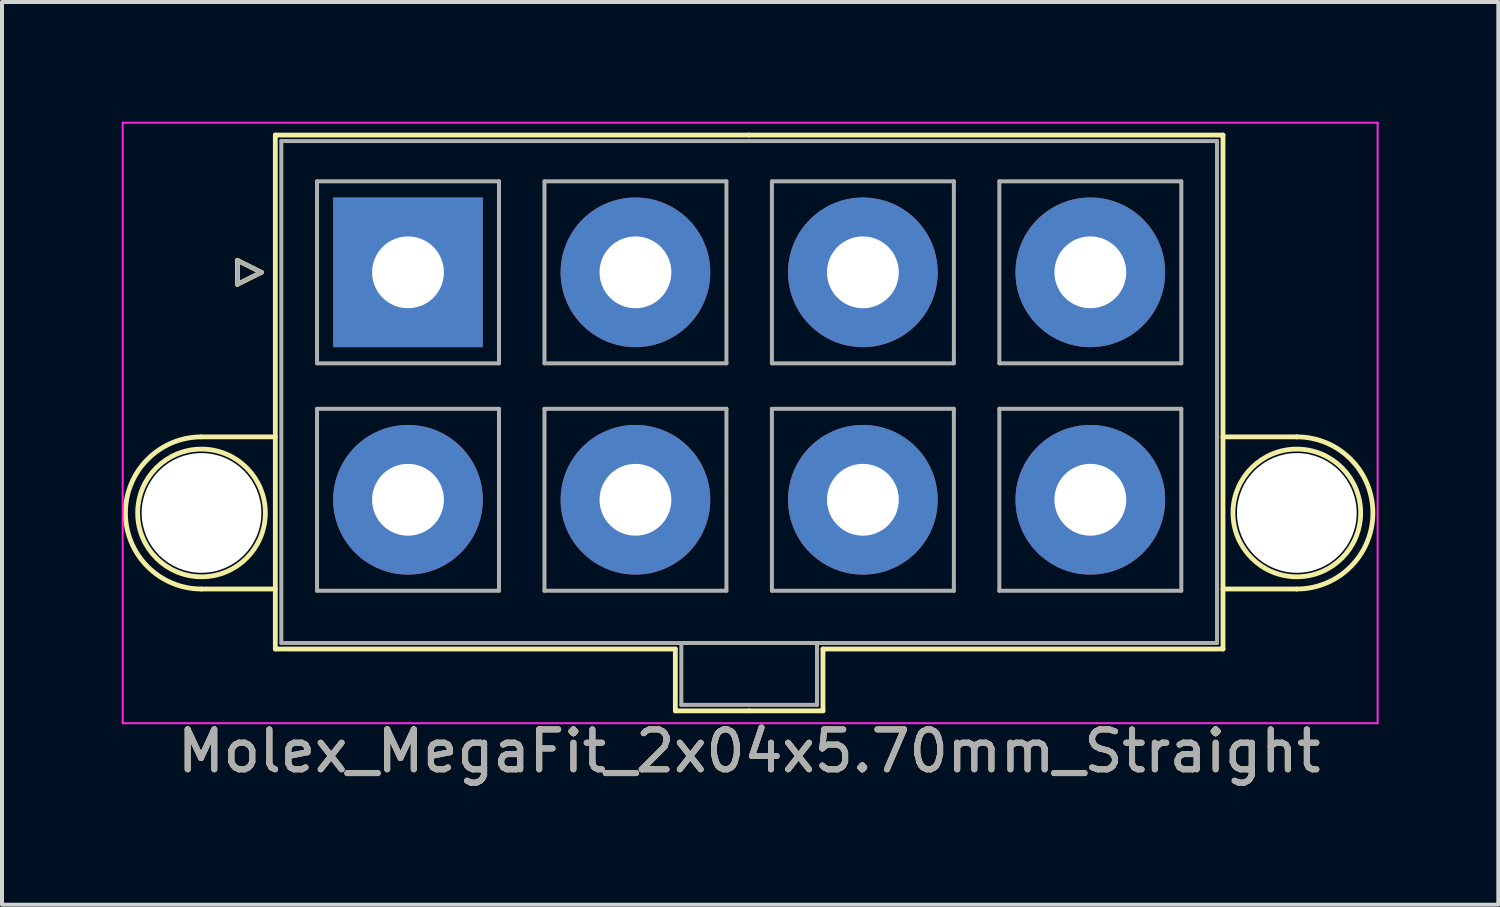
<source format=kicad_pcb>
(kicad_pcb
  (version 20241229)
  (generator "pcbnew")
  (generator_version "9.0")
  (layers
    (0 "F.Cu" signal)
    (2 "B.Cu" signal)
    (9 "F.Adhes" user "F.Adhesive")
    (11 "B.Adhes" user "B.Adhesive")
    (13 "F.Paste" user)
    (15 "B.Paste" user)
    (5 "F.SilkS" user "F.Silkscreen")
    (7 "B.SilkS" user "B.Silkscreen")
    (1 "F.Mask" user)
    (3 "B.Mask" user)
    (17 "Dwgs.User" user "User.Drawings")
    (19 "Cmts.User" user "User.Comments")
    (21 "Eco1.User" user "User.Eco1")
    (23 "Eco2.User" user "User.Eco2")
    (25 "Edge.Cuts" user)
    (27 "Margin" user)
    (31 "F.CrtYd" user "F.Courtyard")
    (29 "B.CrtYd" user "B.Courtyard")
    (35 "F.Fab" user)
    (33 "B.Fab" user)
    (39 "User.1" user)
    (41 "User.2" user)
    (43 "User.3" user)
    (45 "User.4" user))
  (footprint "Molex_MegaFit_2x04x5.70mm_Straight"
    (layer "F.Cu")
    (at 7.175 3.775)
    (property "Reference" "Molex_MegaFit_2x04x5.70mm_Straight" (at 8.55 12 0) (layer "F.SilkS") (effects (font (size 1 1) (thickness 0.15))))
    (attr through_hole)
    (fp_line (start -5.175 4.124) (end -3.325 4.124) (stroke (width 0.12) (type solid)) (layer "F.SilkS"))
    (fp_line (start -5.175 7.936) (end -3.325 7.936) (stroke (width 0.12) (type solid)) (layer "F.SilkS"))
    (fp_line (start -4.275 -0.3) (end -3.675 0) (stroke (width 0.12) (type solid)) (layer "F.SilkS"))
    (fp_line (start -4.275 0.3) (end -4.275 -0.3) (stroke (width 0.12) (type solid)) (layer "F.SilkS"))
    (fp_line (start -3.675 0) (end -4.275 0.3) (stroke (width 0.12) (type solid)) (layer "F.SilkS"))
    (fp_line (start -3.325 -3.44) (end -3.325 9.44) (stroke (width 0.12) (type solid)) (layer "F.SilkS"))
    (fp_line (start -3.325 9.44) (end 6.7 9.44) (stroke (width 0.12) (type solid)) (layer "F.SilkS"))
    (fp_line (start 6.7 9.44) (end 6.7 10.99) (stroke (width 0.12) (type solid)) (layer "F.SilkS"))
    (fp_line (start 6.7 10.99) (end 8.55 10.99) (stroke (width 0.12) (type solid)) (layer "F.SilkS"))
    (fp_line (start 8.55 -3.44) (end -3.325 -3.44) (stroke (width 0.12) (type solid)) (layer "F.SilkS"))
    (fp_line (start 8.55 -3.44) (end 20.425 -3.44) (stroke (width 0.12) (type solid)) (layer "F.SilkS"))
    (fp_line (start 10.4 9.44) (end 10.4 10.99) (stroke (width 0.12) (type solid)) (layer "F.SilkS"))
    (fp_line (start 10.4 10.99) (end 8.55 10.99) (stroke (width 0.12) (type solid)) (layer "F.SilkS"))
    (fp_line (start 20.425 -3.44) (end 20.425 9.44) (stroke (width 0.12) (type solid)) (layer "F.SilkS"))
    (fp_line (start 20.425 9.44) (end 10.4 9.44) (stroke (width 0.12) (type solid)) (layer "F.SilkS"))
    (fp_line (start 22.275 4.124) (end 20.425 4.124) (stroke (width 0.12) (type solid)) (layer "F.SilkS"))
    (fp_line (start 22.275 7.936) (end 20.425 7.936) (stroke (width 0.12) (type solid)) (layer "F.SilkS"))
    (fp_arc (start -5.175 7.93625) (mid -7.08125 6.03) (end -5.175 4.12375) (stroke (width 0.12) (type solid)) (layer "F.SilkS"))
    (fp_arc (start 22.275 4.12375) (mid 24.18125 6.03) (end 22.275 7.93625) (stroke (width 0.12) (type solid)) (layer "F.SilkS"))
    (fp_circle (center -5.175 6.03) (end -3.575 6.03) (stroke (width 0.12) (type solid)) (fill no) (layer "F.SilkS"))
    (fp_circle (center 22.275 6.03) (end 23.875 6.03) (stroke (width 0.12) (type solid)) (fill no) (layer "F.SilkS"))
    (fp_line (start -7.15 -3.75) (end -7.15 11.3) (stroke (width 0.05) (type solid)) (layer "F.CrtYd"))
    (fp_line (start -7.15 11.3) (end 24.3 11.3) (stroke (width 0.05) (type solid)) (layer "F.CrtYd"))
    (fp_line (start 24.3 -3.75) (end -7.15 -3.75) (stroke (width 0.05) (type solid)) (layer "F.CrtYd"))
    (fp_line (start 24.3 11.3) (end 24.3 -3.75) (stroke (width 0.05) (type solid)) (layer "F.CrtYd"))
    (fp_line (start -4.275 -0.3) (end -3.675 0) (stroke (width 0.1) (type solid)) (layer "F.Fab"))
    (fp_line (start -4.275 0.3) (end -4.275 -0.3) (stroke (width 0.1) (type solid)) (layer "F.Fab"))
    (fp_line (start -3.675 0) (end -4.275 0.3) (stroke (width 0.1) (type solid)) (layer "F.Fab"))
    (fp_line (start -3.175 -3.29) (end -3.175 9.29) (stroke (width 0.1) (type solid)) (layer "F.Fab"))
    (fp_line (start -3.175 9.29) (end 20.275 9.29) (stroke (width 0.1) (type solid)) (layer "F.Fab"))
    (fp_line (start -2.28 -2.28) (end -2.28 2.28) (stroke (width 0.1) (type solid)) (layer "F.Fab"))
    (fp_line (start -2.28 2.28) (end 2.28 2.28) (stroke (width 0.1) (type solid)) (layer "F.Fab"))
    (fp_line (start -2.28 3.42) (end -2.28 7.98) (stroke (width 0.1) (type solid)) (layer "F.Fab"))
    (fp_line (start -2.28 7.98) (end 2.28 7.98) (stroke (width 0.1) (type solid)) (layer "F.Fab"))
    (fp_line (start 2.28 -2.28) (end -2.28 -2.28) (stroke (width 0.1) (type solid)) (layer "F.Fab"))
    (fp_line (start 2.28 2.28) (end 2.28 -2.28) (stroke (width 0.1) (type solid)) (layer "F.Fab"))
    (fp_line (start 2.28 3.42) (end -2.28 3.42) (stroke (width 0.1) (type solid)) (layer "F.Fab"))
    (fp_line (start 2.28 7.98) (end 2.28 3.42) (stroke (width 0.1) (type solid)) (layer "F.Fab"))
    (fp_line (start 3.42 -2.28) (end 3.42 2.28) (stroke (width 0.1) (type solid)) (layer "F.Fab"))
    (fp_line (start 3.42 2.28) (end 7.98 2.28) (stroke (width 0.1) (type solid)) (layer "F.Fab"))
    (fp_line (start 3.42 3.42) (end 3.42 7.98) (stroke (width 0.1) (type solid)) (layer "F.Fab"))
    (fp_line (start 3.42 7.98) (end 7.98 7.98) (stroke (width 0.1) (type solid)) (layer "F.Fab"))
    (fp_line (start 6.85 9.29) (end 6.85 10.84) (stroke (width 0.1) (type solid)) (layer "F.Fab"))
    (fp_line (start 6.85 10.84) (end 10.25 10.84) (stroke (width 0.1) (type solid)) (layer "F.Fab"))
    (fp_line (start 7.98 -2.28) (end 3.42 -2.28) (stroke (width 0.1) (type solid)) (layer "F.Fab"))
    (fp_line (start 7.98 2.28) (end 7.98 -2.28) (stroke (width 0.1) (type solid)) (layer "F.Fab"))
    (fp_line (start 7.98 3.42) (end 3.42 3.42) (stroke (width 0.1) (type solid)) (layer "F.Fab"))
    (fp_line (start 7.98 7.98) (end 7.98 3.42) (stroke (width 0.1) (type solid)) (layer "F.Fab"))
    (fp_line (start 9.12 -2.28) (end 9.12 2.28) (stroke (width 0.1) (type solid)) (layer "F.Fab"))
    (fp_line (start 9.12 2.28) (end 13.68 2.28) (stroke (width 0.1) (type solid)) (layer "F.Fab"))
    (fp_line (start 9.12 3.42) (end 9.12 7.98) (stroke (width 0.1) (type solid)) (layer "F.Fab"))
    (fp_line (start 9.12 7.98) (end 13.68 7.98) (stroke (width 0.1) (type solid)) (layer "F.Fab"))
    (fp_line (start 10.25 10.84) (end 10.25 9.29) (stroke (width 0.1) (type solid)) (layer "F.Fab"))
    (fp_line (start 13.68 -2.28) (end 9.12 -2.28) (stroke (width 0.1) (type solid)) (layer "F.Fab"))
    (fp_line (start 13.68 2.28) (end 13.68 -2.28) (stroke (width 0.1) (type solid)) (layer "F.Fab"))
    (fp_line (start 13.68 3.42) (end 9.12 3.42) (stroke (width 0.1) (type solid)) (layer "F.Fab"))
    (fp_line (start 13.68 7.98) (end 13.68 3.42) (stroke (width 0.1) (type solid)) (layer "F.Fab"))
    (fp_line (start 14.82 -2.28) (end 14.82 2.28) (stroke (width 0.1) (type solid)) (layer "F.Fab"))
    (fp_line (start 14.82 2.28) (end 19.38 2.28) (stroke (width 0.1) (type solid)) (layer "F.Fab"))
    (fp_line (start 14.82 3.42) (end 14.82 7.98) (stroke (width 0.1) (type solid)) (layer "F.Fab"))
    (fp_line (start 14.82 7.98) (end 19.38 7.98) (stroke (width 0.1) (type solid)) (layer "F.Fab"))
    (fp_line (start 19.38 -2.28) (end 14.82 -2.28) (stroke (width 0.1) (type solid)) (layer "F.Fab"))
    (fp_line (start 19.38 2.28) (end 19.38 -2.28) (stroke (width 0.1) (type solid)) (layer "F.Fab"))
    (fp_line (start 19.38 3.42) (end 14.82 3.42) (stroke (width 0.1) (type solid)) (layer "F.Fab"))
    (fp_line (start 19.38 7.98) (end 19.38 3.42) (stroke (width 0.1) (type solid)) (layer "F.Fab"))
    (fp_line (start 20.275 -3.29) (end -3.175 -3.29) (stroke (width 0.1) (type solid)) (layer "F.Fab"))
    (fp_line (start 20.275 9.29) (end 20.275 -3.29) (stroke (width 0.1) (type solid)) (layer "F.Fab"))
    (fp_text user "${REFERENCE}" (at 8.55 12 0) (layer "F.Fab") (effects (font (size 1 1) (thickness 0.15))))
    (pad "" np_thru_hole circle (at -5.175 6.03) (size 3 3) (drill 3) (layers "*.Cu" "*.Mask"))
    (pad "" np_thru_hole circle (at 22.275 6.03) (size 3 3) (drill 3) (layers "*.Cu" "*.Mask"))
    (pad "1" thru_hole rect (at 0 0) (size 3.75 3.75) (drill 1.8) (layers "*.Cu" "*.Mask"))
    (pad "2" thru_hole circle (at 5.7 0) (size 3.75 3.75) (drill 1.8) (layers "*.Cu" "*.Mask"))
    (pad "3" thru_hole circle (at 11.4 0) (size 3.75 3.75) (drill 1.8) (layers "*.Cu" "*.Mask"))
    (pad "4" thru_hole circle (at 17.1 0) (size 3.75 3.75) (drill 1.8) (layers "*.Cu" "*.Mask"))
    (pad "5" thru_hole circle (at 0 5.7) (size 3.75 3.75) (drill 1.8) (layers "*.Cu" "*.Mask"))
    (pad "6" thru_hole circle (at 5.7 5.7) (size 3.75 3.75) (drill 1.8) (layers "*.Cu" "*.Mask"))
    (pad "7" thru_hole circle (at 11.4 5.7) (size 3.75 3.75) (drill 1.8) (layers "*.Cu" "*.Mask"))
    (pad "8" thru_hole circle (at 17.1 5.7) (size 3.75 3.75) (drill 1.8) (layers "*.Cu" "*.Mask")))
  (gr_rect
    (start -3 -3)
    (end 34.5 19.623)
    (stroke (width 0.1) (type default))
    (fill no)
    (layer "Edge.Cuts")))
</source>
